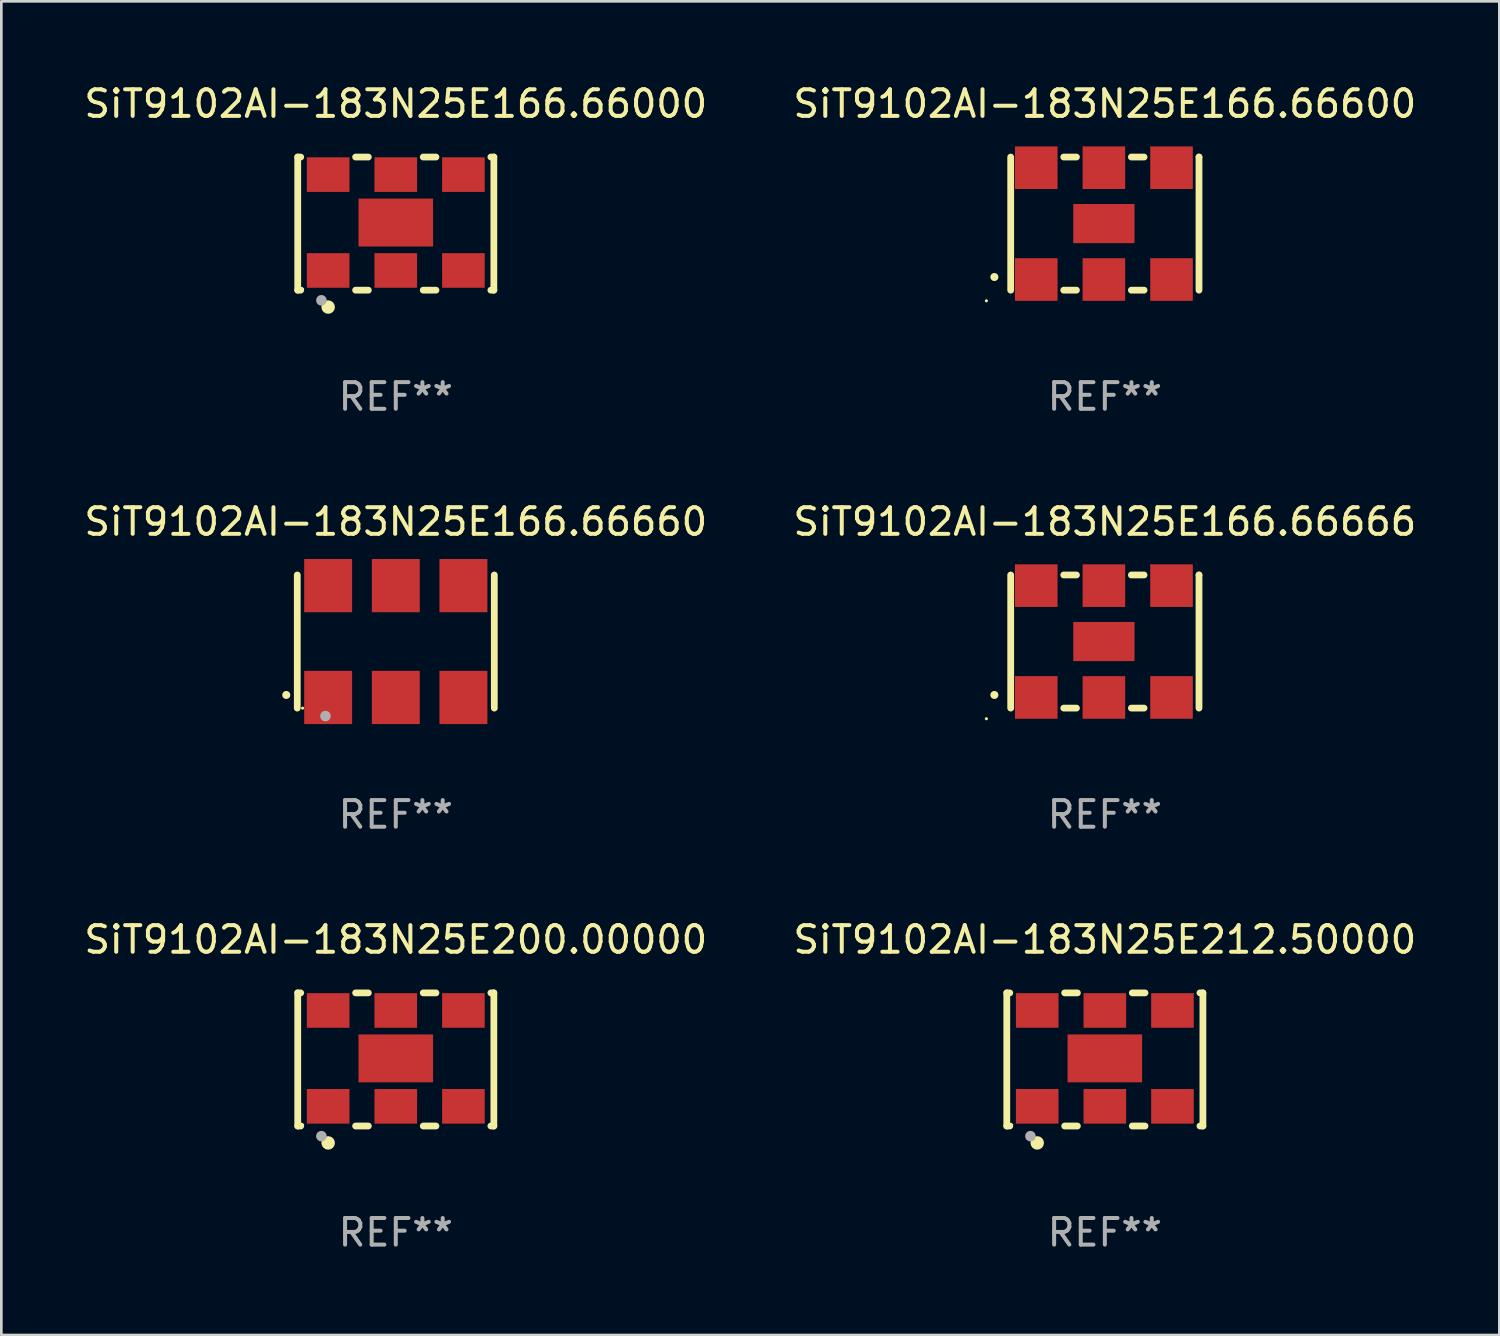
<source format=kicad_pcb>
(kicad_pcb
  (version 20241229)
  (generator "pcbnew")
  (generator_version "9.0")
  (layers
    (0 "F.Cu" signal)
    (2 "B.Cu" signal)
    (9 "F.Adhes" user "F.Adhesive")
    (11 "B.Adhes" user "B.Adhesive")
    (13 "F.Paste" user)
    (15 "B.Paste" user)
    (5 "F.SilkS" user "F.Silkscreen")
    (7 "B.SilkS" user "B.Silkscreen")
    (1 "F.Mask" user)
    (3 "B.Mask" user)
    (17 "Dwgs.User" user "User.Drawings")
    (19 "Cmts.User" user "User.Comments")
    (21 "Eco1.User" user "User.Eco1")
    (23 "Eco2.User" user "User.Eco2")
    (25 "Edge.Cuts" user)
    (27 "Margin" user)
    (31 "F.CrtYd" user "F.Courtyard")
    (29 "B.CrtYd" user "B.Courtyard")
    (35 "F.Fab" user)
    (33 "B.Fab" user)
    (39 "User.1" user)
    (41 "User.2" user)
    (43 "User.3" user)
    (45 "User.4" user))
  (footprint "SiT9102AI-183N25E200.00000"
    (layer "F.Cu")
    (at 11.815 36.741)
    (property "Reference" "SiT9102AI-183N25E200.00000" (at 0 -4.5 0) (layer "F.SilkS") (effects (font (size 1 1) (thickness 0.15))))
    (attr through_hole)
    (fp_line (start -3.683 -2.5) (end -3.571 -2.5) (stroke (width 0.254) (type solid)) (layer "F.SilkS"))
    (fp_line (start -3.683 2.5) (end -3.683 -2.5) (stroke (width 0.254) (type solid)) (layer "F.SilkS"))
    (fp_line (start -3.683 2.5) (end -3.571 2.5) (stroke (width 0.254) (type solid)) (layer "F.SilkS"))
    (fp_line (start -1.509 -2.5) (end -1.031 -2.5) (stroke (width 0.254) (type solid)) (layer "F.SilkS"))
    (fp_line (start -1.509 2.5) (end -1.031 2.5) (stroke (width 0.254) (type solid)) (layer "F.SilkS"))
    (fp_line (start 1.031 -2.5) (end 1.509 -2.5) (stroke (width 0.254) (type solid)) (layer "F.SilkS"))
    (fp_line (start 1.031 2.5) (end 1.509 2.5) (stroke (width 0.254) (type solid)) (layer "F.SilkS"))
    (fp_line (start 3.571 -2.5) (end 3.683 -2.5) (stroke (width 0.254) (type solid)) (layer "F.SilkS"))
    (fp_line (start 3.571 2.5) (end 3.683 2.5) (stroke (width 0.254) (type solid)) (layer "F.SilkS"))
    (fp_line (start 3.683 2.5) (end 3.683 -2.5) (stroke (width 0.254) (type solid)) (layer "F.SilkS"))
    (fp_circle (center -3.5 2.46) (end -3.47 2.46) (stroke (width 0.06) (type solid)) (fill no) (layer "F.SilkS"))
    (fp_circle (center -2.54 3.135) (end -2.413 3.135) (stroke (width 0.254) (type solid)) (fill no) (layer "F.SilkS"))
    (fp_circle (center -2.794 2.881) (end -2.694 2.881) (stroke (width 0.2) (type solid)) (fill no) (layer "F.Fab"))
    (fp_text user "REF**" (at 0 6.5 0) (layer "F.Fab") (effects (font (size 1 1) (thickness 0.15))))
    (pad "1" smd rect (at -2.54 1.76) (size 1.6 1.3) (layers "F.Cu" "F.Mask" "F.Paste"))
    (pad "2" smd rect (at 0 1.76) (size 1.6 1.3) (layers "F.Cu" "F.Mask" "F.Paste"))
    (pad "3" smd rect (at 2.54 1.76) (size 1.6 1.3) (layers "F.Cu" "F.Mask" "F.Paste"))
    (pad "4" smd rect (at 2.54 -1.84) (size 1.6 1.3) (layers "F.Cu" "F.Mask" "F.Paste"))
    (pad "5" smd rect (at 0 -1.84) (size 1.6 1.3) (layers "F.Cu" "F.Mask" "F.Paste"))
    (pad "6" smd rect (at -2.54 -1.84) (size 1.6 1.3) (layers "F.Cu" "F.Mask" "F.Paste"))
    (pad "7" smd rect (at 0 -0.04) (size 2.8 1.8) (layers "F.Cu" "F.Mask" "F.Paste")))
  (footprint "SiT9102AI-183N25E212.50000"
    (layer "F.Cu")
    (at 38.446 36.741)
    (property "Reference" "SiT9102AI-183N25E212.50000" (at 0 -4.5 0) (layer "F.SilkS") (effects (font (size 1 1) (thickness 0.15))))
    (attr through_hole)
    (fp_line (start -3.683 -2.5) (end -3.571 -2.5) (stroke (width 0.254) (type solid)) (layer "F.SilkS"))
    (fp_line (start -3.683 2.5) (end -3.683 -2.5) (stroke (width 0.254) (type solid)) (layer "F.SilkS"))
    (fp_line (start -3.683 2.5) (end -3.571 2.5) (stroke (width 0.254) (type solid)) (layer "F.SilkS"))
    (fp_line (start -1.509 -2.5) (end -1.031 -2.5) (stroke (width 0.254) (type solid)) (layer "F.SilkS"))
    (fp_line (start -1.509 2.5) (end -1.031 2.5) (stroke (width 0.254) (type solid)) (layer "F.SilkS"))
    (fp_line (start 1.031 -2.5) (end 1.509 -2.5) (stroke (width 0.254) (type solid)) (layer "F.SilkS"))
    (fp_line (start 1.031 2.5) (end 1.509 2.5) (stroke (width 0.254) (type solid)) (layer "F.SilkS"))
    (fp_line (start 3.571 -2.5) (end 3.683 -2.5) (stroke (width 0.254) (type solid)) (layer "F.SilkS"))
    (fp_line (start 3.571 2.5) (end 3.683 2.5) (stroke (width 0.254) (type solid)) (layer "F.SilkS"))
    (fp_line (start 3.683 2.5) (end 3.683 -2.5) (stroke (width 0.254) (type solid)) (layer "F.SilkS"))
    (fp_circle (center -3.5 2.46) (end -3.47 2.46) (stroke (width 0.06) (type solid)) (fill no) (layer "F.SilkS"))
    (fp_circle (center -2.54 3.135) (end -2.413 3.135) (stroke (width 0.254) (type solid)) (fill no) (layer "F.SilkS"))
    (fp_circle (center -2.794 2.881) (end -2.694 2.881) (stroke (width 0.2) (type solid)) (fill no) (layer "F.Fab"))
    (fp_text user "REF**" (at 0 6.5 0) (layer "F.Fab") (effects (font (size 1 1) (thickness 0.15))))
    (pad "1" smd rect (at -2.54 1.76) (size 1.6 1.3) (layers "F.Cu" "F.Mask" "F.Paste"))
    (pad "2" smd rect (at 0 1.76) (size 1.6 1.3) (layers "F.Cu" "F.Mask" "F.Paste"))
    (pad "3" smd rect (at 2.54 1.76) (size 1.6 1.3) (layers "F.Cu" "F.Mask" "F.Paste"))
    (pad "4" smd rect (at 2.54 -1.84) (size 1.6 1.3) (layers "F.Cu" "F.Mask" "F.Paste"))
    (pad "5" smd rect (at 0 -1.84) (size 1.6 1.3) (layers "F.Cu" "F.Mask" "F.Paste"))
    (pad "6" smd rect (at -2.54 -1.84) (size 1.6 1.3) (layers "F.Cu" "F.Mask" "F.Paste"))
    (pad "7" smd rect (at 0 -0.04) (size 2.8 1.8) (layers "F.Cu" "F.Mask" "F.Paste")))
  (footprint "SiT9102AI-183N25E166.66666"
    (layer "F.Cu")
    (at 38.446 21.045)
    (property "Reference" "SiT9102AI-183N25E166.66666" (at 0 -4.5 0) (layer "F.SilkS") (effects (font (size 1 1) (thickness 0.15))))
    (attr through_hole)
    (fp_line (start -3.536 -2.5) (end -3.536 2.5) (stroke (width 0.254) (type solid)) (layer "F.SilkS"))
    (fp_line (start -1.544 2.5) (end -1.067 2.5) (stroke (width 0.254) (type solid)) (layer "F.SilkS"))
    (fp_line (start -1.067 -2.5) (end -1.544 -2.5) (stroke (width 0.254) (type solid)) (layer "F.SilkS"))
    (fp_line (start 0.996 2.5) (end 1.473 2.5) (stroke (width 0.254) (type solid)) (layer "F.SilkS"))
    (fp_line (start 1.473 -2.5) (end 0.996 -2.5) (stroke (width 0.254) (type solid)) (layer "F.SilkS"))
    (fp_line (start 3.536 -2.5) (end 3.536 -2.5) (stroke (width 0.254) (type solid)) (layer "F.SilkS"))
    (fp_line (start 3.536 2.5) (end 3.536 -2.5) (stroke (width 0.254) (type solid)) (layer "F.SilkS"))
    (fp_arc (start -4.150432 2.006604) (mid -4.149162 2.006599) (end -4.147892 2.006604) (stroke (width 0.3) (type solid)) (layer "F.SilkS"))
    (fp_circle (center -4.449 2.9) (end -4.419 2.9) (stroke (width 0.06) (type solid)) (fill no) (layer "F.SilkS"))
    (fp_text user "REF**" (at 0 6.5 0) (layer "F.Fab") (effects (font (size 1 1) (thickness 0.15))))
    (pad "1" smd rect (at -2.576 2.1) (size 1.6 1.6) (layers "F.Cu" "F.Mask" "F.Paste"))
    (pad "2" smd rect (at -0.036 2.1) (size 1.6 1.6) (layers "F.Cu" "F.Mask" "F.Paste"))
    (pad "3" smd rect (at 2.504 2.1) (size 1.6 1.6) (layers "F.Cu" "F.Mask" "F.Paste"))
    (pad "4" smd rect (at 2.504 -2.1) (size 1.6 1.6) (layers "F.Cu" "F.Mask" "F.Paste"))
    (pad "5" smd rect (at -0.036 -2.1) (size 1.6 1.6) (layers "F.Cu" "F.Mask" "F.Paste"))
    (pad "6" smd rect (at -2.576 -2.1) (size 1.6 1.6) (layers "F.Cu" "F.Mask" "F.Paste"))
    (pad "7" smd rect (at -0.036 0) (size 2.3 1.47) (layers "F.Cu" "F.Mask" "F.Paste")))
  (footprint "SiT9102AI-183N25E166.66660"
    (layer "F.Cu")
    (at 11.815 21.045)
    (property "Reference" "SiT9102AI-183N25E166.66660" (at 0 -4.5 0) (layer "F.SilkS") (effects (font (size 1 1) (thickness 0.15))))
    (attr through_hole)
    (fp_line (start -3.7 -2.5) (end -3.7 2.5) (stroke (width 0.254) (type solid)) (layer "F.SilkS"))
    (fp_line (start 3.7 -2.5) (end 3.7 2.5) (stroke (width 0.254) (type solid)) (layer "F.SilkS"))
    (fp_arc (start -4.114415 2.006604) (mid -4.113145 2.006599) (end -4.111875 2.006604) (stroke (width 0.3) (type solid)) (layer "F.SilkS"))
    (fp_circle (center -3.5 2.501) (end -3.47 2.501) (stroke (width 0.06) (type solid)) (fill no) (layer "F.SilkS"))
    (fp_circle (center -2.641 2.799) (end -2.541 2.799) (stroke (width 0.2) (type solid)) (fill no) (layer "F.Fab"))
    (fp_text user "REF**" (at 0 6.5 0) (layer "F.Fab") (effects (font (size 1 1) (thickness 0.15))))
    (pad "1" smd rect (at -2.54 2.1) (size 1.8 2) (layers "F.Cu" "F.Mask" "F.Paste"))
    (pad "2" smd rect (at 0.000394 2.1) (size 1.8 2) (layers "F.Cu" "F.Mask" "F.Paste"))
    (pad "3" smd rect (at 2.54 2.1) (size 1.8 2) (layers "F.Cu" "F.Mask" "F.Paste"))
    (pad "4" smd rect (at 2.54 -2.1) (size 1.8 2) (layers "F.Cu" "F.Mask" "F.Paste"))
    (pad "5" smd rect (at 0.000394 -2.1) (size 1.8 2) (layers "F.Cu" "F.Mask" "F.Paste"))
    (pad "6" smd rect (at -2.54 -2.1) (size 1.8 2) (layers "F.Cu" "F.Mask" "F.Paste")))
  (footprint "SiT9102AI-183N25E166.66000"
    (layer "F.Cu")
    (at 11.815 5.348)
    (property "Reference" "SiT9102AI-183N25E166.66000" (at 0 -4.5 0) (layer "F.SilkS") (effects (font (size 1 1) (thickness 0.15))))
    (attr through_hole)
    (fp_line (start -3.683 -2.5) (end -3.571 -2.5) (stroke (width 0.254) (type solid)) (layer "F.SilkS"))
    (fp_line (start -3.683 2.5) (end -3.683 -2.5) (stroke (width 0.254) (type solid)) (layer "F.SilkS"))
    (fp_line (start -3.683 2.5) (end -3.571 2.5) (stroke (width 0.254) (type solid)) (layer "F.SilkS"))
    (fp_line (start -1.509 -2.5) (end -1.031 -2.5) (stroke (width 0.254) (type solid)) (layer "F.SilkS"))
    (fp_line (start -1.509 2.5) (end -1.031 2.5) (stroke (width 0.254) (type solid)) (layer "F.SilkS"))
    (fp_line (start 1.031 -2.5) (end 1.509 -2.5) (stroke (width 0.254) (type solid)) (layer "F.SilkS"))
    (fp_line (start 1.031 2.5) (end 1.509 2.5) (stroke (width 0.254) (type solid)) (layer "F.SilkS"))
    (fp_line (start 3.571 -2.5) (end 3.683 -2.5) (stroke (width 0.254) (type solid)) (layer "F.SilkS"))
    (fp_line (start 3.571 2.5) (end 3.683 2.5) (stroke (width 0.254) (type solid)) (layer "F.SilkS"))
    (fp_line (start 3.683 2.5) (end 3.683 -2.5) (stroke (width 0.254) (type solid)) (layer "F.SilkS"))
    (fp_circle (center -3.5 2.46) (end -3.47 2.46) (stroke (width 0.06) (type solid)) (fill no) (layer "F.SilkS"))
    (fp_circle (center -2.54 3.135) (end -2.413 3.135) (stroke (width 0.254) (type solid)) (fill no) (layer "F.SilkS"))
    (fp_circle (center -2.794 2.881) (end -2.694 2.881) (stroke (width 0.2) (type solid)) (fill no) (layer "F.Fab"))
    (fp_text user "REF**" (at 0 6.5 0) (layer "F.Fab") (effects (font (size 1 1) (thickness 0.15))))
    (pad "1" smd rect (at -2.54 1.76) (size 1.6 1.3) (layers "F.Cu" "F.Mask" "F.Paste"))
    (pad "2" smd rect (at 0 1.76) (size 1.6 1.3) (layers "F.Cu" "F.Mask" "F.Paste"))
    (pad "3" smd rect (at 2.54 1.76) (size 1.6 1.3) (layers "F.Cu" "F.Mask" "F.Paste"))
    (pad "4" smd rect (at 2.54 -1.84) (size 1.6 1.3) (layers "F.Cu" "F.Mask" "F.Paste"))
    (pad "5" smd rect (at 0 -1.84) (size 1.6 1.3) (layers "F.Cu" "F.Mask" "F.Paste"))
    (pad "6" smd rect (at -2.54 -1.84) (size 1.6 1.3) (layers "F.Cu" "F.Mask" "F.Paste"))
    (pad "7" smd rect (at 0 -0.04) (size 2.8 1.8) (layers "F.Cu" "F.Mask" "F.Paste")))
  (footprint "SiT9102AI-183N25E166.66600"
    (layer "F.Cu")
    (at 38.446 5.348)
    (property "Reference" "SiT9102AI-183N25E166.66600" (at 0 -4.5 0) (layer "F.SilkS") (effects (font (size 1 1) (thickness 0.15))))
    (attr through_hole)
    (fp_line (start -3.536 -2.5) (end -3.536 2.5) (stroke (width 0.254) (type solid)) (layer "F.SilkS"))
    (fp_line (start -1.544 2.5) (end -1.067 2.5) (stroke (width 0.254) (type solid)) (layer "F.SilkS"))
    (fp_line (start -1.067 -2.5) (end -1.544 -2.5) (stroke (width 0.254) (type solid)) (layer "F.SilkS"))
    (fp_line (start 0.996 2.5) (end 1.473 2.5) (stroke (width 0.254) (type solid)) (layer "F.SilkS"))
    (fp_line (start 1.473 -2.5) (end 0.996 -2.5) (stroke (width 0.254) (type solid)) (layer "F.SilkS"))
    (fp_line (start 3.536 -2.5) (end 3.536 -2.5) (stroke (width 0.254) (type solid)) (layer "F.SilkS"))
    (fp_line (start 3.536 2.5) (end 3.536 -2.5) (stroke (width 0.254) (type solid)) (layer "F.SilkS"))
    (fp_arc (start -4.150432 2.006604) (mid -4.149162 2.006599) (end -4.147892 2.006604) (stroke (width 0.3) (type solid)) (layer "F.SilkS"))
    (fp_circle (center -4.449 2.9) (end -4.419 2.9) (stroke (width 0.06) (type solid)) (fill no) (layer "F.SilkS"))
    (fp_text user "REF**" (at 0 6.5 0) (layer "F.Fab") (effects (font (size 1 1) (thickness 0.15))))
    (pad "1" smd rect (at -2.576 2.1) (size 1.6 1.6) (layers "F.Cu" "F.Mask" "F.Paste"))
    (pad "2" smd rect (at -0.036 2.1) (size 1.6 1.6) (layers "F.Cu" "F.Mask" "F.Paste"))
    (pad "3" smd rect (at 2.504 2.1) (size 1.6 1.6) (layers "F.Cu" "F.Mask" "F.Paste"))
    (pad "4" smd rect (at 2.504 -2.1) (size 1.6 1.6) (layers "F.Cu" "F.Mask" "F.Paste"))
    (pad "5" smd rect (at -0.036 -2.1) (size 1.6 1.6) (layers "F.Cu" "F.Mask" "F.Paste"))
    (pad "6" smd rect (at -2.576 -2.1) (size 1.6 1.6) (layers "F.Cu" "F.Mask" "F.Paste"))
    (pad "7" smd rect (at -0.036 0) (size 2.3 1.47) (layers "F.Cu" "F.Mask" "F.Paste")))
  (gr_rect
    (start -3 -3)
    (end 53.262 47.09)
    (stroke (width 0.1) (type default))
    (fill no)
    (layer "Edge.Cuts")))
</source>
